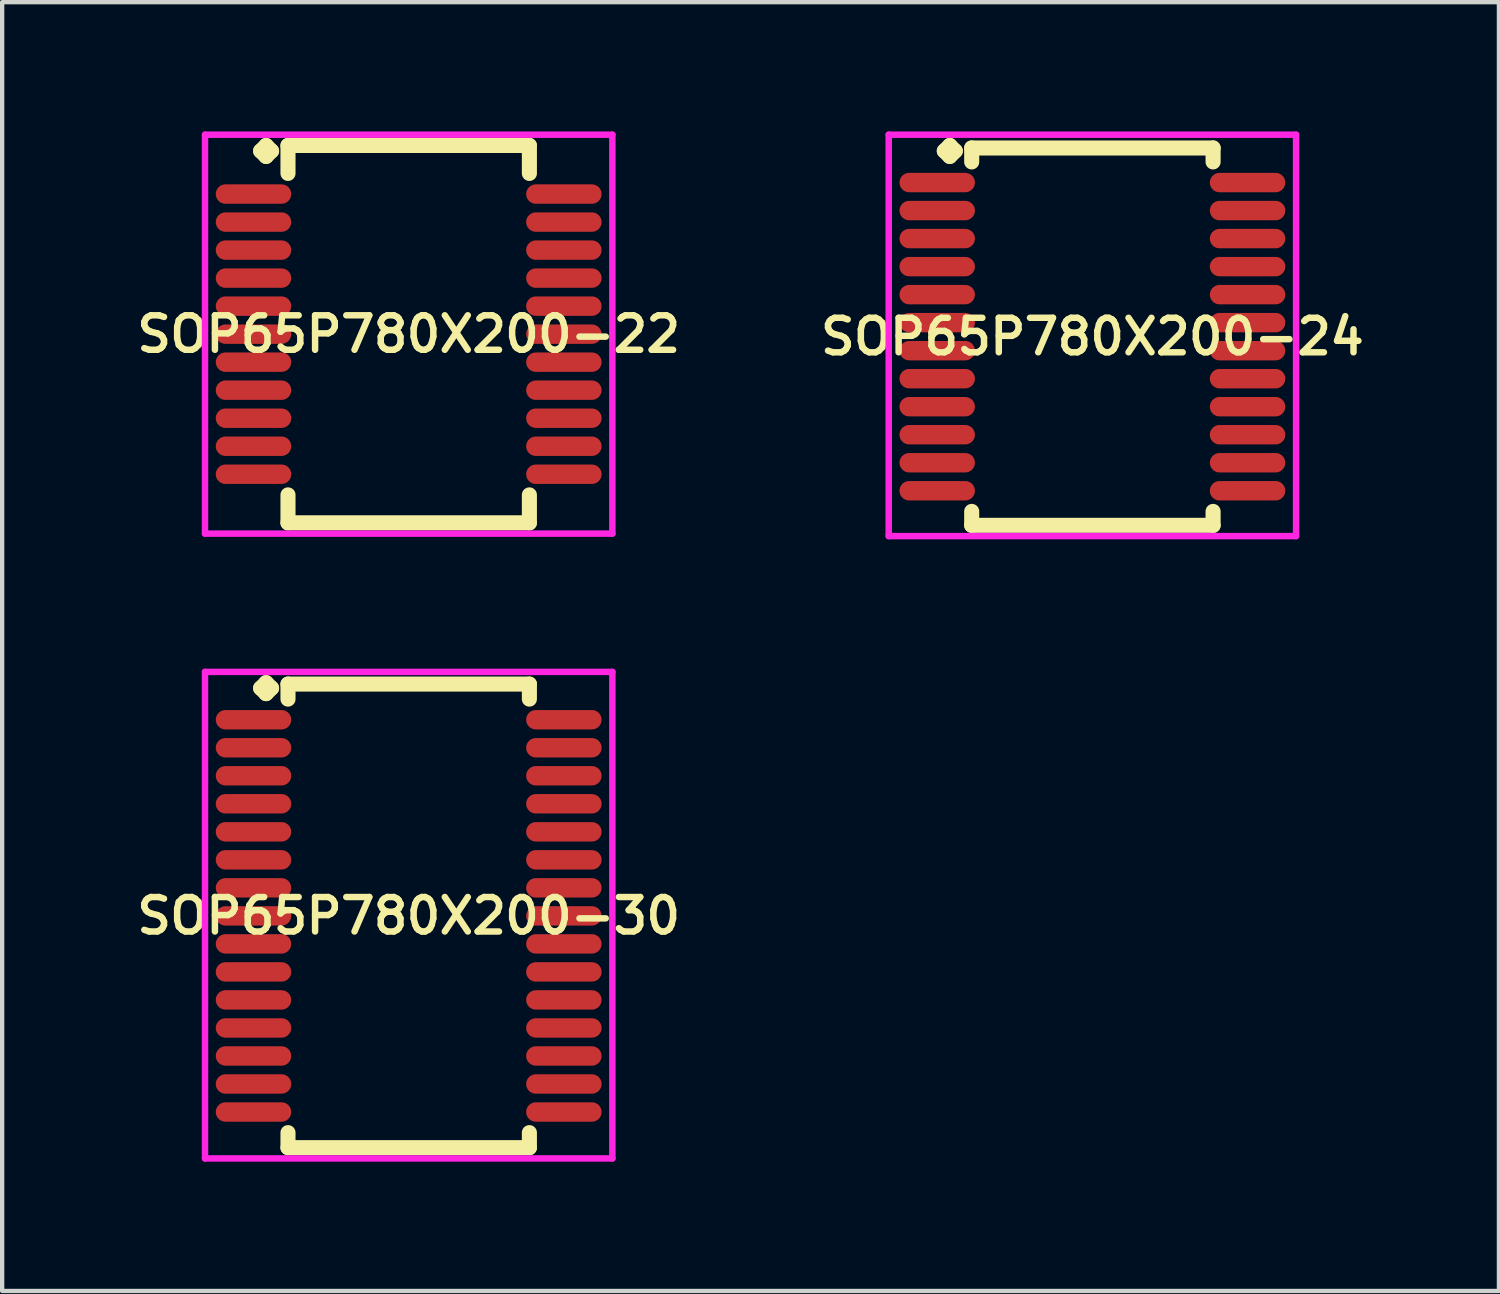
<source format=kicad_pcb>
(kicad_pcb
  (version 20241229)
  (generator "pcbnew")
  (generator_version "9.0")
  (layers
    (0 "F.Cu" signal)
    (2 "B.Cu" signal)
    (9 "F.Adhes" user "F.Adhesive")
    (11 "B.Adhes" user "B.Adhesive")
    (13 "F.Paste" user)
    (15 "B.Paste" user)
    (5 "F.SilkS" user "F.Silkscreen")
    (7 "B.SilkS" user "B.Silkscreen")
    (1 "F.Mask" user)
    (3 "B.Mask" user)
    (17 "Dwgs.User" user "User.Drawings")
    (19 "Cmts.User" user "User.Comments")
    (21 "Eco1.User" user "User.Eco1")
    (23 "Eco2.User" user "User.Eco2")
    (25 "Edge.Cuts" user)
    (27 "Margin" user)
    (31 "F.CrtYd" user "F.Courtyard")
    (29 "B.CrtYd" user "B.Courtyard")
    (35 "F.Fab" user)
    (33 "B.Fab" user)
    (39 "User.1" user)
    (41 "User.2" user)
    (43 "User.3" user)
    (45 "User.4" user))
  (footprint "SOP65P780X200-30"
    (layer "F.Cu")
    (at 6.431 18.197)
    (property "Reference" "SOP65P780X200-30" (at 0 0 0) (layer "F.SilkS") (effects (font (size 0.8 0.8) (thickness 0.15))))
    (attr smd)
    (fp_line (start -3.435 -5.283) (end -3.308 -5.41) (stroke (width 0.35) (type solid)) (layer "F.SilkS"))
    (fp_line (start -3.308 -5.41) (end -3.181 -5.283) (stroke (width 0.35) (type solid)) (layer "F.SilkS"))
    (fp_line (start -3.308 -5.156) (end -3.435 -5.283) (stroke (width 0.35) (type solid)) (layer "F.SilkS"))
    (fp_line (start -3.181 -5.283) (end -3.308 -5.156) (stroke (width 0.35) (type solid)) (layer "F.SilkS"))
    (fp_line (start -2.8 -5.377) (end 2.8 -5.377) (stroke (width 0.35) (type solid)) (layer "F.SilkS"))
    (fp_line (start -2.8 -5.029) (end -2.8 -5.377) (stroke (width 0.35) (type solid)) (layer "F.SilkS"))
    (fp_line (start -2.8 5.029) (end -2.8 5.377) (stroke (width 0.35) (type solid)) (layer "F.SilkS"))
    (fp_line (start -2.8 5.377) (end 2.8 5.377) (stroke (width 0.35) (type solid)) (layer "F.SilkS"))
    (fp_line (start 2.8 -5.377) (end 2.8 -5.029) (stroke (width 0.35) (type solid)) (layer "F.SilkS"))
    (fp_line (start 2.8 5.377) (end 2.8 5.029) (stroke (width 0.35) (type solid)) (layer "F.SilkS"))
    (fp_line (start -4.725 -5.66) (end 4.725 -5.66) (stroke (width 0.15) (type solid)) (layer "F.CrtYd"))
    (fp_line (start -4.725 5.627) (end -4.725 -5.66) (stroke (width 0.15) (type solid)) (layer "F.CrtYd"))
    (fp_line (start 4.725 -5.66) (end 4.725 5.627) (stroke (width 0.15) (type solid)) (layer "F.CrtYd"))
    (fp_line (start 4.725 5.627) (end -4.725 5.627) (stroke (width 0.15) (type solid)) (layer "F.CrtYd"))
    (pad "1" smd oval (at -3.6 -4.55) (size 1.75 0.45) (layers "F.Cu" "F.Mask" "F.Paste"))
    (pad "2" smd oval (at -3.6 -3.9) (size 1.75 0.45) (layers "F.Cu" "F.Mask" "F.Paste"))
    (pad "3" smd oval (at -3.6 -3.25) (size 1.75 0.45) (layers "F.Cu" "F.Mask" "F.Paste"))
    (pad "4" smd oval (at -3.6 -2.6) (size 1.75 0.45) (layers "F.Cu" "F.Mask" "F.Paste"))
    (pad "5" smd oval (at -3.6 -1.95) (size 1.75 0.45) (layers "F.Cu" "F.Mask" "F.Paste"))
    (pad "6" smd oval (at -3.6 -1.3) (size 1.75 0.45) (layers "F.Cu" "F.Mask" "F.Paste"))
    (pad "7" smd oval (at -3.6 -0.65) (size 1.75 0.45) (layers "F.Cu" "F.Mask" "F.Paste"))
    (pad "8" smd oval (at -3.6 0) (size 1.75 0.45) (layers "F.Cu" "F.Mask" "F.Paste"))
    (pad "9" smd oval (at -3.6 0.65) (size 1.75 0.45) (layers "F.Cu" "F.Mask" "F.Paste"))
    (pad "10" smd oval (at -3.6 1.3) (size 1.75 0.45) (layers "F.Cu" "F.Mask" "F.Paste"))
    (pad "11" smd oval (at -3.6 1.95) (size 1.75 0.45) (layers "F.Cu" "F.Mask" "F.Paste"))
    (pad "12" smd oval (at -3.6 2.6) (size 1.75 0.45) (layers "F.Cu" "F.Mask" "F.Paste"))
    (pad "13" smd oval (at -3.6 3.25) (size 1.75 0.45) (layers "F.Cu" "F.Mask" "F.Paste"))
    (pad "14" smd oval (at -3.6 3.9) (size 1.75 0.45) (layers "F.Cu" "F.Mask" "F.Paste"))
    (pad "15" smd oval (at -3.6 4.55) (size 1.75 0.45) (layers "F.Cu" "F.Mask" "F.Paste"))
    (pad "16" smd oval (at 3.6 4.55) (size 1.75 0.45) (layers "F.Cu" "F.Mask" "F.Paste"))
    (pad "17" smd oval (at 3.6 3.9) (size 1.75 0.45) (layers "F.Cu" "F.Mask" "F.Paste"))
    (pad "18" smd oval (at 3.6 3.25) (size 1.75 0.45) (layers "F.Cu" "F.Mask" "F.Paste"))
    (pad "19" smd oval (at 3.6 2.6) (size 1.75 0.45) (layers "F.Cu" "F.Mask" "F.Paste"))
    (pad "20" smd oval (at 3.6 1.95) (size 1.75 0.45) (layers "F.Cu" "F.Mask" "F.Paste"))
    (pad "21" smd oval (at 3.6 1.3) (size 1.75 0.45) (layers "F.Cu" "F.Mask" "F.Paste"))
    (pad "22" smd oval (at 3.6 0.65) (size 1.75 0.45) (layers "F.Cu" "F.Mask" "F.Paste"))
    (pad "23" smd oval (at 3.6 0) (size 1.75 0.45) (layers "F.Cu" "F.Mask" "F.Paste"))
    (pad "24" smd oval (at 3.6 -0.65) (size 1.75 0.45) (layers "F.Cu" "F.Mask" "F.Paste"))
    (pad "25" smd oval (at 3.6 -1.3) (size 1.75 0.45) (layers "F.Cu" "F.Mask" "F.Paste"))
    (pad "26" smd oval (at 3.6 -1.95) (size 1.75 0.45) (layers "F.Cu" "F.Mask" "F.Paste"))
    (pad "27" smd oval (at 3.6 -2.6) (size 1.75 0.45) (layers "F.Cu" "F.Mask" "F.Paste"))
    (pad "28" smd oval (at 3.6 -3.25) (size 1.75 0.45) (layers "F.Cu" "F.Mask" "F.Paste"))
    (pad "29" smd oval (at 3.6 -3.9) (size 1.75 0.45) (layers "F.Cu" "F.Mask" "F.Paste"))
    (pad "30" smd oval (at 3.6 -4.55) (size 1.75 0.45) (layers "F.Cu" "F.Mask" "F.Paste")))
  (footprint "SOP65P780X200-22"
    (layer "F.Cu")
    (at 6.431 4.702)
    (property "Reference" "SOP65P780X200-22" (at 0 0 0) (layer "F.SilkS") (effects (font (size 0.8 0.8) (thickness 0.15))))
    (attr smd)
    (fp_line (start -3.435 -4.25) (end -3.308 -4.377) (stroke (width 0.35) (type solid)) (layer "F.SilkS"))
    (fp_line (start -3.308 -4.377) (end -3.181 -4.25) (stroke (width 0.35) (type solid)) (layer "F.SilkS"))
    (fp_line (start -3.308 -4.123) (end -3.435 -4.25) (stroke (width 0.35) (type solid)) (layer "F.SilkS"))
    (fp_line (start -3.181 -4.25) (end -3.308 -4.123) (stroke (width 0.35) (type solid)) (layer "F.SilkS"))
    (fp_line (start -2.8 -4.377) (end 2.8 -4.377) (stroke (width 0.35) (type solid)) (layer "F.SilkS"))
    (fp_line (start -2.8 -3.729) (end -2.8 -4.377) (stroke (width 0.35) (type solid)) (layer "F.SilkS"))
    (fp_line (start -2.8 3.729) (end -2.8 4.377) (stroke (width 0.35) (type solid)) (layer "F.SilkS"))
    (fp_line (start -2.8 4.377) (end 2.8 4.377) (stroke (width 0.35) (type solid)) (layer "F.SilkS"))
    (fp_line (start 2.8 -4.377) (end 2.8 -3.729) (stroke (width 0.35) (type solid)) (layer "F.SilkS"))
    (fp_line (start 2.8 4.377) (end 2.8 3.729) (stroke (width 0.35) (type solid)) (layer "F.SilkS"))
    (fp_line (start -4.725 -4.627) (end 4.725 -4.627) (stroke (width 0.15) (type solid)) (layer "F.CrtYd"))
    (fp_line (start -4.725 4.627) (end -4.725 -4.627) (stroke (width 0.15) (type solid)) (layer "F.CrtYd"))
    (fp_line (start 4.725 -4.627) (end 4.725 4.627) (stroke (width 0.15) (type solid)) (layer "F.CrtYd"))
    (fp_line (start 4.725 4.627) (end -4.725 4.627) (stroke (width 0.15) (type solid)) (layer "F.CrtYd"))
    (pad "1" smd oval (at -3.6 -3.25) (size 1.75 0.45) (layers "F.Cu" "F.Mask" "F.Paste"))
    (pad "2" smd oval (at -3.6 -2.6) (size 1.75 0.45) (layers "F.Cu" "F.Mask" "F.Paste"))
    (pad "3" smd oval (at -3.6 -1.95) (size 1.75 0.45) (layers "F.Cu" "F.Mask" "F.Paste"))
    (pad "4" smd oval (at -3.6 -1.3) (size 1.75 0.45) (layers "F.Cu" "F.Mask" "F.Paste"))
    (pad "5" smd oval (at -3.6 -0.65) (size 1.75 0.45) (layers "F.Cu" "F.Mask" "F.Paste"))
    (pad "6" smd oval (at -3.6 0) (size 1.75 0.45) (layers "F.Cu" "F.Mask" "F.Paste"))
    (pad "7" smd oval (at -3.6 0.65) (size 1.75 0.45) (layers "F.Cu" "F.Mask" "F.Paste"))
    (pad "8" smd oval (at -3.6 1.3) (size 1.75 0.45) (layers "F.Cu" "F.Mask" "F.Paste"))
    (pad "9" smd oval (at -3.6 1.95) (size 1.75 0.45) (layers "F.Cu" "F.Mask" "F.Paste"))
    (pad "10" smd oval (at -3.6 2.6) (size 1.75 0.45) (layers "F.Cu" "F.Mask" "F.Paste"))
    (pad "11" smd oval (at -3.6 3.25) (size 1.75 0.45) (layers "F.Cu" "F.Mask" "F.Paste"))
    (pad "12" smd oval (at 3.6 3.25) (size 1.75 0.45) (layers "F.Cu" "F.Mask" "F.Paste"))
    (pad "13" smd oval (at 3.6 2.6) (size 1.75 0.45) (layers "F.Cu" "F.Mask" "F.Paste"))
    (pad "14" smd oval (at 3.6 1.95) (size 1.75 0.45) (layers "F.Cu" "F.Mask" "F.Paste"))
    (pad "15" smd oval (at 3.6 1.3) (size 1.75 0.45) (layers "F.Cu" "F.Mask" "F.Paste"))
    (pad "16" smd oval (at 3.6 0.65) (size 1.75 0.45) (layers "F.Cu" "F.Mask" "F.Paste"))
    (pad "17" smd oval (at 3.6 0) (size 1.75 0.45) (layers "F.Cu" "F.Mask" "F.Paste"))
    (pad "18" smd oval (at 3.6 -0.65) (size 1.75 0.45) (layers "F.Cu" "F.Mask" "F.Paste"))
    (pad "19" smd oval (at 3.6 -1.3) (size 1.75 0.45) (layers "F.Cu" "F.Mask" "F.Paste"))
    (pad "20" smd oval (at 3.6 -1.95) (size 1.75 0.45) (layers "F.Cu" "F.Mask" "F.Paste"))
    (pad "21" smd oval (at 3.6 -2.6) (size 1.75 0.45) (layers "F.Cu" "F.Mask" "F.Paste"))
    (pad "22" smd oval (at 3.6 -3.25) (size 1.75 0.45) (layers "F.Cu" "F.Mask" "F.Paste")))
  (footprint "SOP65P780X200-24"
    (layer "F.Cu")
    (at 22.292 4.76)
    (property "Reference" "SOP65P780X200-24" (at 0 0 0) (layer "F.SilkS") (effects (font (size 0.8 0.8) (thickness 0.15))))
    (attr smd)
    (fp_line (start -3.435 -4.308) (end -3.308 -4.435) (stroke (width 0.35) (type solid)) (layer "F.SilkS"))
    (fp_line (start -3.308 -4.435) (end -3.181 -4.308) (stroke (width 0.35) (type solid)) (layer "F.SilkS"))
    (fp_line (start -3.308 -4.181) (end -3.435 -4.308) (stroke (width 0.35) (type solid)) (layer "F.SilkS"))
    (fp_line (start -3.181 -4.308) (end -3.308 -4.181) (stroke (width 0.35) (type solid)) (layer "F.SilkS"))
    (fp_line (start -2.8 -4.377) (end 2.8 -4.377) (stroke (width 0.35) (type solid)) (layer "F.SilkS"))
    (fp_line (start -2.8 -4.054) (end -2.8 -4.377) (stroke (width 0.35) (type solid)) (layer "F.SilkS"))
    (fp_line (start -2.8 4.054) (end -2.8 4.377) (stroke (width 0.35) (type solid)) (layer "F.SilkS"))
    (fp_line (start -2.8 4.377) (end 2.8 4.377) (stroke (width 0.35) (type solid)) (layer "F.SilkS"))
    (fp_line (start 2.8 -4.377) (end 2.8 -4.054) (stroke (width 0.35) (type solid)) (layer "F.SilkS"))
    (fp_line (start 2.8 4.377) (end 2.8 4.054) (stroke (width 0.35) (type solid)) (layer "F.SilkS"))
    (fp_line (start -4.725 -4.685) (end 4.725 -4.685) (stroke (width 0.15) (type solid)) (layer "F.CrtYd"))
    (fp_line (start -4.725 4.627) (end -4.725 -4.685) (stroke (width 0.15) (type solid)) (layer "F.CrtYd"))
    (fp_line (start 4.725 -4.685) (end 4.725 4.627) (stroke (width 0.15) (type solid)) (layer "F.CrtYd"))
    (fp_line (start 4.725 4.627) (end -4.725 4.627) (stroke (width 0.15) (type solid)) (layer "F.CrtYd"))
    (pad "1" smd oval (at -3.6 -3.575) (size 1.75 0.45) (layers "F.Cu" "F.Mask" "F.Paste"))
    (pad "2" smd oval (at -3.6 -2.925) (size 1.75 0.45) (layers "F.Cu" "F.Mask" "F.Paste"))
    (pad "3" smd oval (at -3.6 -2.275) (size 1.75 0.45) (layers "F.Cu" "F.Mask" "F.Paste"))
    (pad "4" smd oval (at -3.6 -1.625) (size 1.75 0.45) (layers "F.Cu" "F.Mask" "F.Paste"))
    (pad "5" smd oval (at -3.6 -0.975) (size 1.75 0.45) (layers "F.Cu" "F.Mask" "F.Paste"))
    (pad "6" smd oval (at -3.6 -0.325) (size 1.75 0.45) (layers "F.Cu" "F.Mask" "F.Paste"))
    (pad "7" smd oval (at -3.6 0.325) (size 1.75 0.45) (layers "F.Cu" "F.Mask" "F.Paste"))
    (pad "8" smd oval (at -3.6 0.975) (size 1.75 0.45) (layers "F.Cu" "F.Mask" "F.Paste"))
    (pad "9" smd oval (at -3.6 1.625) (size 1.75 0.45) (layers "F.Cu" "F.Mask" "F.Paste"))
    (pad "10" smd oval (at -3.6 2.275) (size 1.75 0.45) (layers "F.Cu" "F.Mask" "F.Paste"))
    (pad "11" smd oval (at -3.6 2.925) (size 1.75 0.45) (layers "F.Cu" "F.Mask" "F.Paste"))
    (pad "12" smd oval (at -3.6 3.575) (size 1.75 0.45) (layers "F.Cu" "F.Mask" "F.Paste"))
    (pad "13" smd oval (at 3.6 3.575) (size 1.75 0.45) (layers "F.Cu" "F.Mask" "F.Paste"))
    (pad "14" smd oval (at 3.6 2.925) (size 1.75 0.45) (layers "F.Cu" "F.Mask" "F.Paste"))
    (pad "15" smd oval (at 3.6 2.275) (size 1.75 0.45) (layers "F.Cu" "F.Mask" "F.Paste"))
    (pad "16" smd oval (at 3.6 1.625) (size 1.75 0.45) (layers "F.Cu" "F.Mask" "F.Paste"))
    (pad "17" smd oval (at 3.6 0.975) (size 1.75 0.45) (layers "F.Cu" "F.Mask" "F.Paste"))
    (pad "18" smd oval (at 3.6 0.325) (size 1.75 0.45) (layers "F.Cu" "F.Mask" "F.Paste"))
    (pad "19" smd oval (at 3.6 -0.325) (size 1.75 0.45) (layers "F.Cu" "F.Mask" "F.Paste"))
    (pad "20" smd oval (at 3.6 -0.975) (size 1.75 0.45) (layers "F.Cu" "F.Mask" "F.Paste"))
    (pad "21" smd oval (at 3.6 -1.625) (size 1.75 0.45) (layers "F.Cu" "F.Mask" "F.Paste"))
    (pad "22" smd oval (at 3.6 -2.275) (size 1.75 0.45) (layers "F.Cu" "F.Mask" "F.Paste"))
    (pad "23" smd oval (at 3.6 -2.925) (size 1.75 0.45) (layers "F.Cu" "F.Mask" "F.Paste"))
    (pad "24" smd oval (at 3.6 -3.575) (size 1.75 0.45) (layers "F.Cu" "F.Mask" "F.Paste")))
  (gr_rect
    (start -3 -3)
    (end 31.723 26.899)
    (stroke (width 0.1) (type default))
    (fill no)
    (layer "Edge.Cuts")))
</source>
